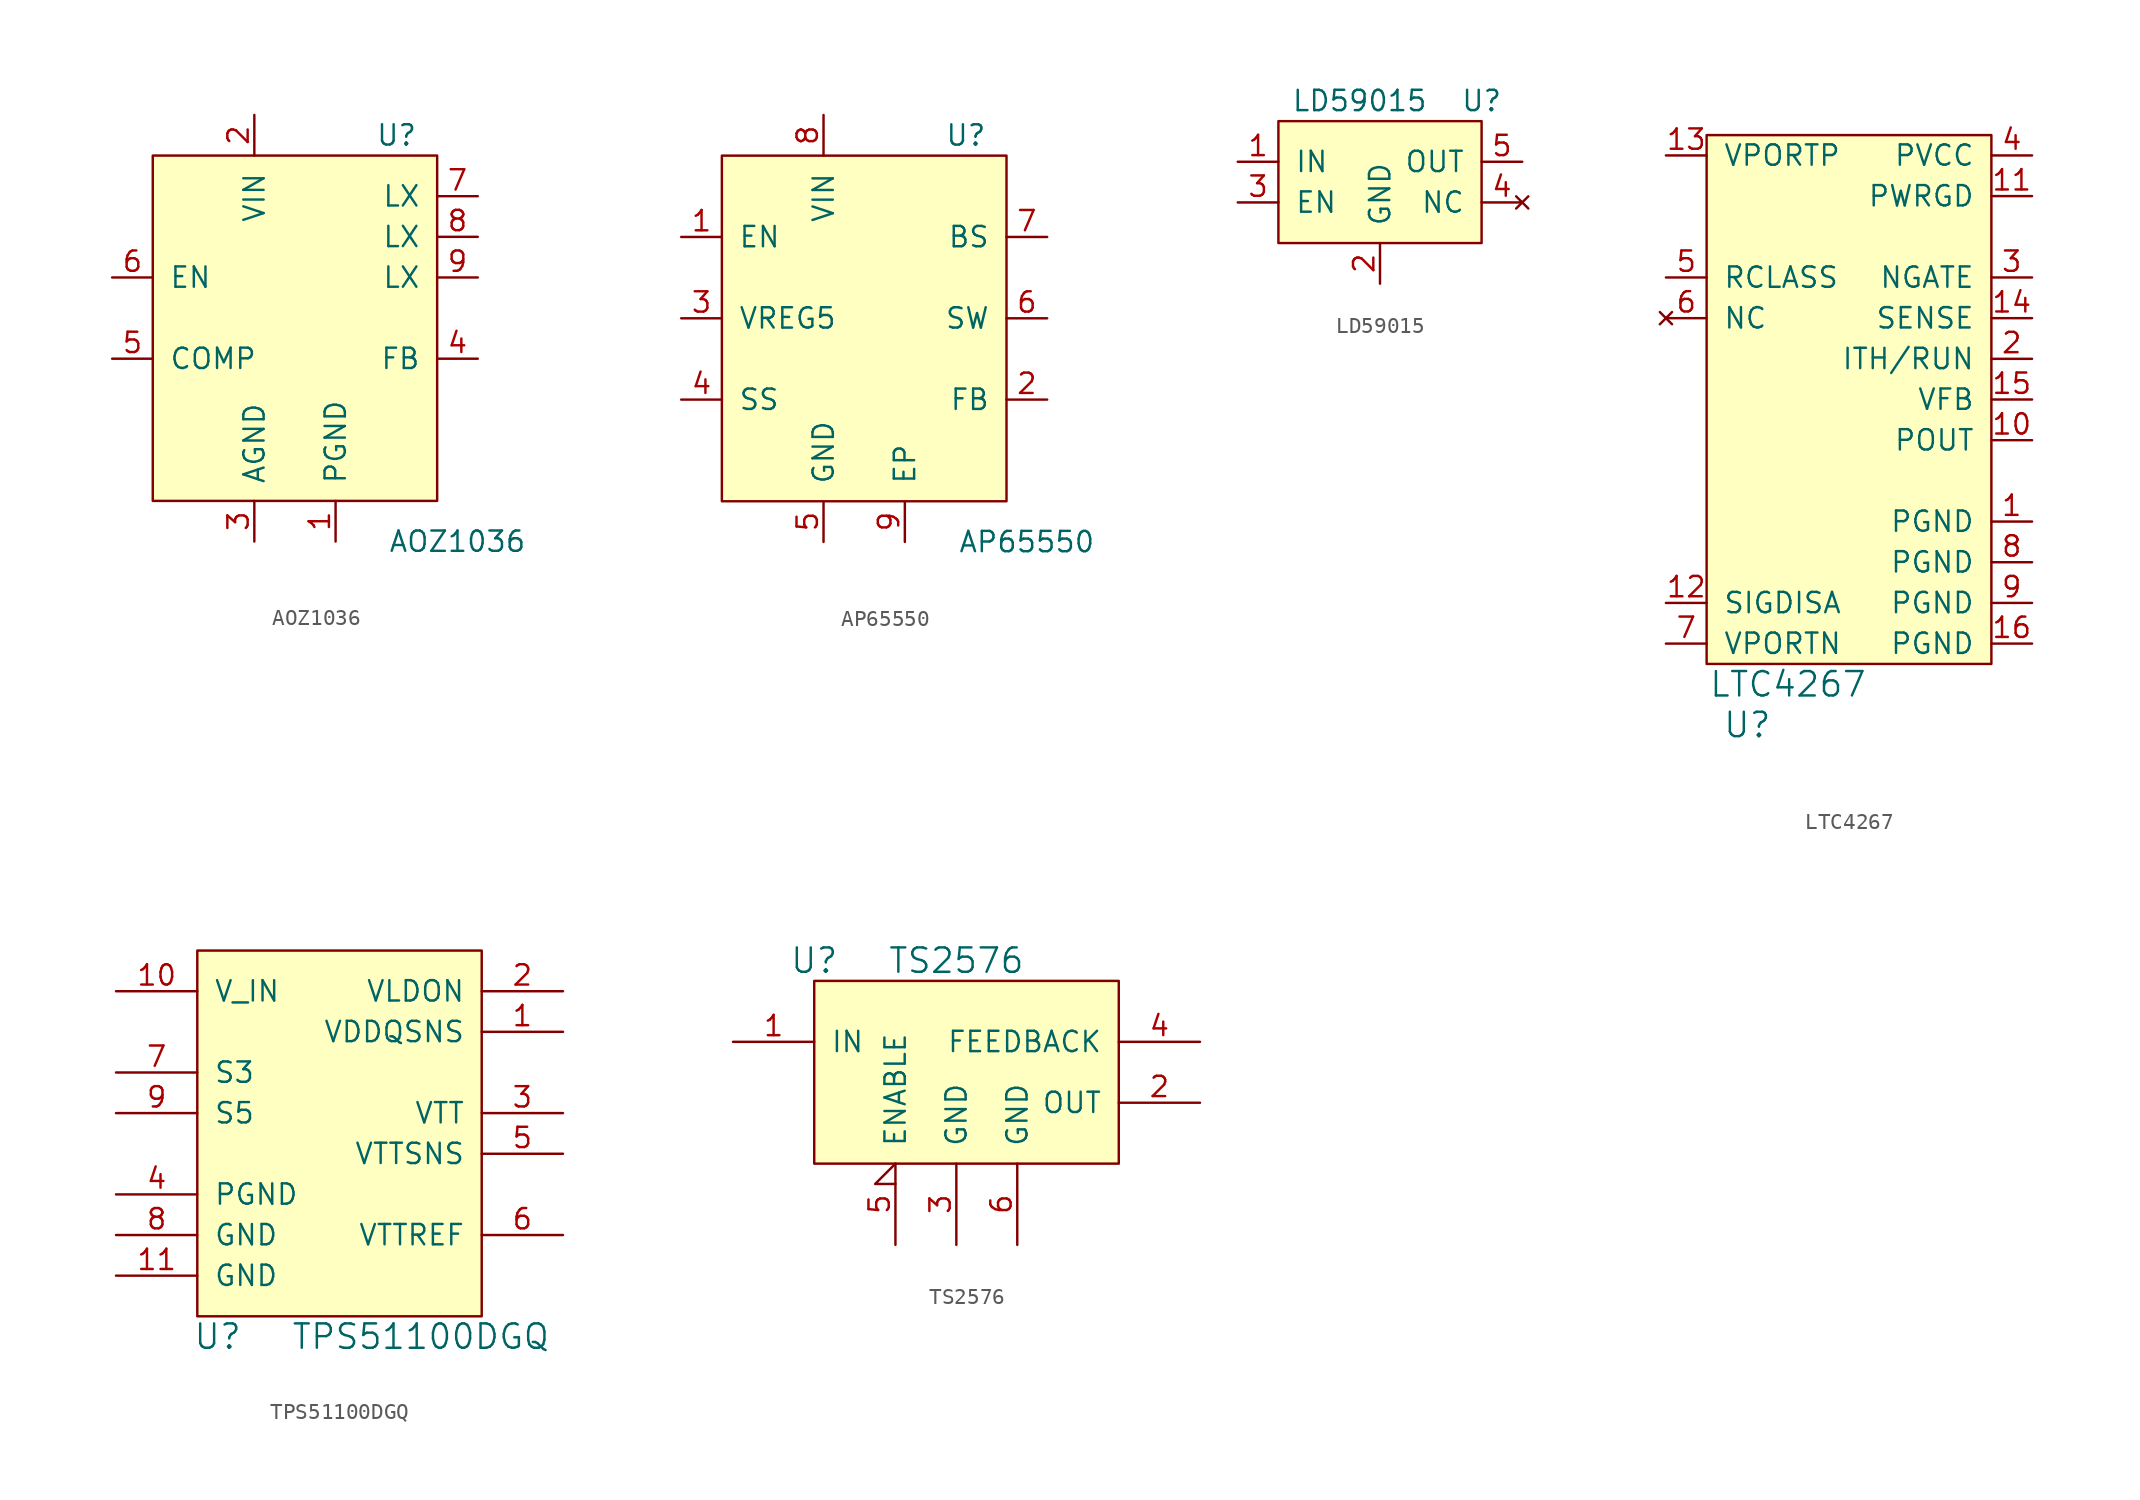
<source format=kicad_sym>
(kicad_symbol_lib
  (version 20211014)
  (generator kicad_symbol_editor)
  (symbol "AOZ1036"
    (pin_names
      (offset 1.016))
    (property "Reference" "U"
      (at 15.24 22.86 0)
      (effects (font (size 1.27 1.27))))
    (property "Value" "AOZ1036"
      (at 19.05 -2.54 0)
      (effects (font (size 1.27 1.27))))
    (symbol "AOZ1036_0_1"
      (rectangle (start 0 0) (end 17.78 21.59) (stroke (width 0) (type default) (color 0 0 0 0)) (fill (type background))))
    (symbol "AOZ1036_1_1"
      (pin power_in line (at 11.43 -2.54 90) (length 2.54) (name "PGND" (effects (font (size 1.27 1.27)))) (number "1" (effects (font (size 1.27 1.27)))))
      (pin power_in line (at 6.35 24.13 270) (length 2.54) (name "VIN" (effects (font (size 1.27 1.27)))) (number "2" (effects (font (size 1.27 1.27)))))
      (pin power_in line (at 6.35 -2.54 90) (length 2.54) (name "AGND" (effects (font (size 1.27 1.27)))) (number "3" (effects (font (size 1.27 1.27)))))
      (pin input line (at 20.32 8.89 180) (length 2.54) (name "FB" (effects (font (size 1.27 1.27)))) (number "4" (effects (font (size 1.27 1.27)))))
      (pin input line (at -2.54 8.89 0) (length 2.54) (name "COMP" (effects (font (size 1.27 1.27)))) (number "5" (effects (font (size 1.27 1.27)))))
      (pin input line (at -2.54 13.97 0) (length 2.54) (name "EN" (effects (font (size 1.27 1.27)))) (number "6" (effects (font (size 1.27 1.27)))))
      (pin power_out line (at 20.32 19.05 180) (length 2.54) (name "LX" (effects (font (size 1.27 1.27)))) (number "7" (effects (font (size 1.27 1.27)))))
      (pin power_out line (at 20.32 16.51 180) (length 2.54) (name "LX" (effects (font (size 1.27 1.27)))) (number "8" (effects (font (size 1.27 1.27)))))
      (pin power_out line (at 20.32 13.97 180) (length 2.54) (name "LX" (effects (font (size 1.27 1.27)))) (number "9" (effects (font (size 1.27 1.27)))))))
  (symbol "AP65550"
    (pin_names
      (offset 1.016))
    (property "Reference" "U"
      (at 15.24 22.86 0)
      (effects (font (size 1.27 1.27))))
    (property "Value" "AP65550"
      (at 19.05 -2.54 0)
      (effects (font (size 1.27 1.27))))
    (symbol "AP65550_0_1"
      (rectangle (start 0 0) (end 17.78 21.59) (stroke (width 0) (type default) (color 0 0 0 0)) (fill (type background))))
    (symbol "AP65550_1_1"
      (pin input line (at -2.54 16.51 0) (length 2.54) (name "EN" (effects (font (size 1.27 1.27)))) (number "1" (effects (font (size 1.27 1.27)))))
      (pin input line (at 20.32 6.35 180) (length 2.54) (name "FB" (effects (font (size 1.27 1.27)))) (number "2" (effects (font (size 1.27 1.27)))))
      (pin output line (at -2.54 11.43 0) (length 2.54) (name "VREG5" (effects (font (size 1.27 1.27)))) (number "3" (effects (font (size 1.27 1.27)))))
      (pin output line (at -2.54 6.35 0) (length 2.54) (name "SS" (effects (font (size 1.27 1.27)))) (number "4" (effects (font (size 1.27 1.27)))))
      (pin power_in line (at 6.35 -2.54 90) (length 2.54) (name "GND" (effects (font (size 1.27 1.27)))) (number "5" (effects (font (size 1.27 1.27)))))
      (pin power_out line (at 20.32 11.43 180) (length 2.54) (name "SW" (effects (font (size 1.27 1.27)))) (number "6" (effects (font (size 1.27 1.27)))))
      (pin input line (at 20.32 16.51 180) (length 2.54) (name "BS" (effects (font (size 1.27 1.27)))) (number "7" (effects (font (size 1.27 1.27)))))
      (pin power_in line (at 6.35 24.13 270) (length 2.54) (name "VIN" (effects (font (size 1.27 1.27)))) (number "8" (effects (font (size 1.27 1.27)))))
      (pin power_in line (at 11.43 -2.54 90) (length 2.54) (name "EP" (effects (font (size 1.27 1.27)))) (number "9" (effects (font (size 1.27 1.27)))))))
  (symbol "LD59015"
    (pin_names
      (offset 1.016))
    (property "Reference" "U"
      (at 12.7 8.89 0)
      (effects (font (size 1.27 1.27))))
    (property "Value" "LD59015"
      (at 5.08 8.89 0)
      (effects (font (size 1.27 1.27))))
    (symbol "LD59015_0_1"
      (rectangle (start 0 0) (end 12.7 7.62) (stroke (width 0) (type default) (color 0 0 0 0)) (fill (type background))))
    (symbol "LD59015_1_1"
      (pin power_in line (at -2.54 5.08 0) (length 2.54) (name "IN" (effects (font (size 1.27 1.27)))) (number "1" (effects (font (size 1.27 1.27)))))
      (pin power_in line (at 6.35 -2.54 90) (length 2.54) (name "GND" (effects (font (size 1.27 1.27)))) (number "2" (effects (font (size 1.27 1.27)))))
      (pin input line (at -2.54 2.54 0) (length 2.54) (name "EN" (effects (font (size 1.27 1.27)))) (number "3" (effects (font (size 1.27 1.27)))))
      (pin no_connect line (at 15.24 2.54 180) (length 2.54) (name "NC" (effects (font (size 1.27 1.27)))) (number "4" (effects (font (size 1.27 1.27)))))
      (pin power_out line (at 15.24 5.08 180) (length 2.54) (name "OUT" (effects (font (size 1.27 1.27)))) (number "5" (effects (font (size 1.27 1.27)))))))
  (symbol "LTC4267"
    (pin_names
      (offset 1.016))
    (property "Reference" "U"
      (at 2.54 -3.81 0)
      (effects (font (size 1.524 1.524))))
    (property "Value" "LTC4267"
      (at 5.08 -1.27 0)
      (effects (font (size 1.524 1.524))))
    (symbol "LTC4267_0_1"
      (rectangle (start 0 0) (end 17.78 33.02) (stroke (width 0) (type default) (color 0 0 0 0)) (fill (type background))))
    (symbol "LTC4267_1_1"
      (pin power_in line (at 20.32 8.89 180) (length 2.54) (name "PGND" (effects (font (size 1.27 1.27)))) (number "1" (effects (font (size 1.27 1.27)))))
      (pin input line (at 20.32 13.97 180) (length 2.54) (name "POUT" (effects (font (size 1.27 1.27)))) (number "10" (effects (font (size 1.27 1.27)))))
      (pin input line (at 20.32 29.21 180) (length 2.54) (name "PWRGD" (effects (font (size 1.27 1.27)))) (number "11" (effects (font (size 1.27 1.27)))))
      (pin input line (at -2.54 3.81 0) (length 2.54) (name "SIGDISA" (effects (font (size 1.27 1.27)))) (number "12" (effects (font (size 1.27 1.27)))))
      (pin power_in line (at -2.54 31.75 0) (length 2.54) (name "VPORTP" (effects (font (size 1.27 1.27)))) (number "13" (effects (font (size 1.27 1.27)))))
      (pin input line (at 20.32 21.59 180) (length 2.54) (name "SENSE" (effects (font (size 1.27 1.27)))) (number "14" (effects (font (size 1.27 1.27)))))
      (pin input line (at 20.32 16.51 180) (length 2.54) (name "VFB" (effects (font (size 1.27 1.27)))) (number "15" (effects (font (size 1.27 1.27)))))
      (pin power_in line (at 20.32 1.27 180) (length 2.54) (name "PGND" (effects (font (size 1.27 1.27)))) (number "16" (effects (font (size 1.27 1.27)))))
      (pin input line (at 20.32 19.05 180) (length 2.54) (name "ITH/RUN" (effects (font (size 1.27 1.27)))) (number "2" (effects (font (size 1.27 1.27)))))
      (pin input line (at 20.32 24.13 180) (length 2.54) (name "NGATE" (effects (font (size 1.27 1.27)))) (number "3" (effects (font (size 1.27 1.27)))))
      (pin input line (at 20.32 31.75 180) (length 2.54) (name "PVCC" (effects (font (size 1.27 1.27)))) (number "4" (effects (font (size 1.27 1.27)))))
      (pin output line (at -2.54 24.13 0) (length 2.54) (name "RCLASS" (effects (font (size 1.27 1.27)))) (number "5" (effects (font (size 1.27 1.27)))))
      (pin no_connect line (at -2.54 21.59 0) (length 2.54) (name "NC" (effects (font (size 1.27 1.27)))) (number "6" (effects (font (size 1.27 1.27)))))
      (pin power_in line (at -2.54 1.27 0) (length 2.54) (name "VPORTN" (effects (font (size 1.27 1.27)))) (number "7" (effects (font (size 1.27 1.27)))))
      (pin power_in line (at 20.32 6.35 180) (length 2.54) (name "PGND" (effects (font (size 1.27 1.27)))) (number "8" (effects (font (size 1.27 1.27)))))
      (pin power_in line (at 20.32 3.81 180) (length 2.54) (name "PGND" (effects (font (size 1.27 1.27)))) (number "9" (effects (font (size 1.27 1.27)))))))
  (symbol "TPS51100DGQ"
    (pin_names
      (offset 1.016))
    (property "Reference" "U"
      (at 1.27 -1.27 0)
      (effects (font (size 1.524 1.524))))
    (property "Value" "TPS51100DGQ"
      (at 13.97 -1.27 0)
      (effects (font (size 1.524 1.524))))
    (property "Footprint" ""
      (at 0 0 0)
      (effects (font (size 1.524 1.524))))
    (property "Datasheet" ""
      (at 0 0 0)
      (effects (font (size 1.524 1.524))))
    (symbol "TPS51100DGQ_0_1"
      (rectangle (start 0 0) (end 17.78 22.86) (stroke (width 0) (type default) (color 0 0 0 0)) (fill (type background))))
    (symbol "TPS51100DGQ_1_1"
      (pin power_in line (at 22.86 17.78 180) (length 5.08) (name "VDDQSNS" (effects (font (size 1.27 1.27)))) (number "1" (effects (font (size 1.27 1.27)))))
      (pin power_in line (at -5.08 20.32 0) (length 5.08) (name "V_IN" (effects (font (size 1.27 1.27)))) (number "10" (effects (font (size 1.27 1.27)))))
      (pin power_in line (at -5.08 2.54 0) (length 5.08) (name "GND" (effects (font (size 1.27 1.27)))) (number "11" (effects (font (size 1.27 1.27)))))
      (pin power_in line (at 22.86 20.32 180) (length 5.08) (name "VLDON" (effects (font (size 1.27 1.27)))) (number "2" (effects (font (size 1.27 1.27)))))
      (pin power_out line (at 22.86 12.7 180) (length 5.08) (name "VTT" (effects (font (size 1.27 1.27)))) (number "3" (effects (font (size 1.27 1.27)))))
      (pin power_in line (at -5.08 7.62 0) (length 5.08) (name "PGND" (effects (font (size 1.27 1.27)))) (number "4" (effects (font (size 1.27 1.27)))))
      (pin power_out line (at 22.86 10.16 180) (length 5.08) (name "VTTSNS" (effects (font (size 1.27 1.27)))) (number "5" (effects (font (size 1.27 1.27)))))
      (pin power_out line (at 22.86 5.08 180) (length 5.08) (name "VTTREF" (effects (font (size 1.27 1.27)))) (number "6" (effects (font (size 1.27 1.27)))))
      (pin input line (at -5.08 15.24 0) (length 5.08) (name "S3" (effects (font (size 1.27 1.27)))) (number "7" (effects (font (size 1.27 1.27)))))
      (pin power_in line (at -5.08 5.08 0) (length 5.08) (name "GND" (effects (font (size 1.27 1.27)))) (number "8" (effects (font (size 1.27 1.27)))))
      (pin input line (at -5.08 12.7 0) (length 5.08) (name "S5" (effects (font (size 1.27 1.27)))) (number "9" (effects (font (size 1.27 1.27)))))))
  (symbol "TS2576"
    (pin_names
      (offset 1.016))
    (property "Reference" "U"
      (at 0 12.7 0)
      (effects (font (size 1.524 1.524))))
    (property "Value" "TS2576"
      (at 8.89 12.7 0)
      (effects (font (size 1.524 1.524))))
    (property "Footprint" ""
      (at 1.27 0 0)
      (effects (font (size 1.524 1.524))))
    (property "Datasheet" ""
      (at 1.27 0 0)
      (effects (font (size 1.524 1.524))))
    (symbol "TS2576_0_1"
      (rectangle (start 0 0) (end 19.05 11.43) (stroke (width 0) (type default) (color 0 0 0 0)) (fill (type background))))
    (symbol "TS2576_1_1"
      (pin power_in line (at -5.08 7.62 0) (length 5.08) (name "IN" (effects (font (size 1.27 1.27)))) (number "1" (effects (font (size 1.27 1.27)))))
      (pin power_out line (at 24.13 3.81 180) (length 5.08) (name "OUT" (effects (font (size 1.27 1.27)))) (number "2" (effects (font (size 1.27 1.27)))))
      (pin power_in line (at 8.89 -5.08 90) (length 5.08) (name "GND" (effects (font (size 1.27 1.27)))) (number "3" (effects (font (size 1.27 1.27)))))
      (pin input line (at 24.13 7.62 180) (length 5.08) (name "FEEDBACK" (effects (font (size 1.27 1.27)))) (number "4" (effects (font (size 1.27 1.27)))))
      (pin input input_low (at 5.08 -5.08 90) (length 5.08) (name "ENABLE" (effects (font (size 1.27 1.27)))) (number "5" (effects (font (size 1.27 1.27)))))
      (pin input line (at 12.7 -5.08 90) (length 5.08) (name "GND" (effects (font (size 1.27 1.27)))) (number "6" (effects (font (size 1.27 1.27))))))))
</source>
